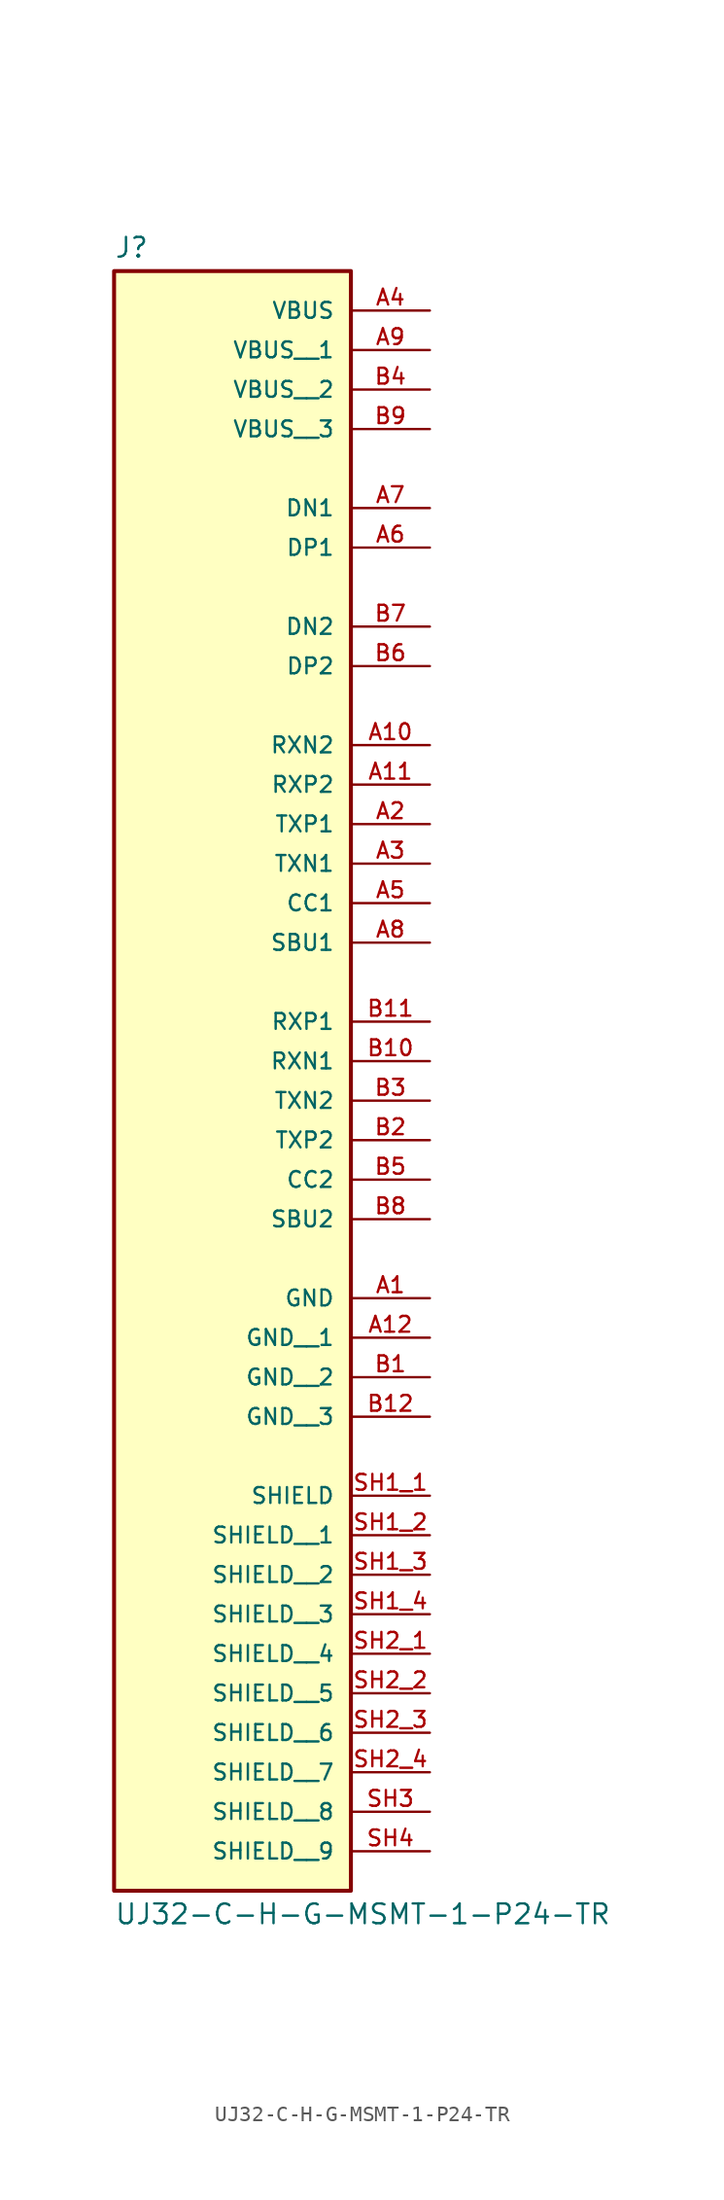
<source format=kicad_sym>
(kicad_symbol_lib
  (version 20211014)
  (generator kicad_symbol_editor)
  (symbol "UJ32-C-H-G-MSMT-1-P24-TR"
    (pin_names
      (offset 1.016))
    (property "Reference" "J"
      (at -7.62 33.782 0)
      (effects (font (size 1.27 1.27)) (justify bottom left)))
    (property "Value" "UJ32-C-H-G-MSMT-1-P24-TR"
      (at -7.62 -71.882 0)
      (effects (font (size 1.27 1.27)) (justify top left)))
    (symbol "UJ32-C-H-G-MSMT-1-P24-TR_0_0"
      (rectangle (start -7.62 -71.12) (end 7.62 33.02) (stroke (width 0.254)) (fill (type background)))
      (pin power_in line (at 12.7 30.48 180.0) (length 5.08) (name "VBUS" (effects (font (size 1.016 1.016)))) (number "A4" (effects (font (size 1.016 1.016)))))
      (pin passive line (at 12.7 -45.72 180.0) (length 5.08) (name "SHIELD" (effects (font (size 1.016 1.016)))) (number "SH1_1" (effects (font (size 1.016 1.016)))))
      (pin passive line (at 12.7 17.78 180.0) (length 5.08) (name "DN1" (effects (font (size 1.016 1.016)))) (number "A7" (effects (font (size 1.016 1.016)))))
      (pin passive line (at 12.7 15.24 180.0) (length 5.08) (name "DP1" (effects (font (size 1.016 1.016)))) (number "A6" (effects (font (size 1.016 1.016)))))
      (pin passive line (at 12.7 10.16 180.0) (length 5.08) (name "DN2" (effects (font (size 1.016 1.016)))) (number "B7" (effects (font (size 1.016 1.016)))))
      (pin passive line (at 12.7 7.62 180.0) (length 5.08) (name "DP2" (effects (font (size 1.016 1.016)))) (number "B6" (effects (font (size 1.016 1.016)))))
      (pin power_in line (at 12.7 -33.02 180.0) (length 5.08) (name "GND" (effects (font (size 1.016 1.016)))) (number "A1" (effects (font (size 1.016 1.016)))))
      (pin passive line (at 12.7 2.54 180.0) (length 5.08) (name "RXN2" (effects (font (size 1.016 1.016)))) (number "A10" (effects (font (size 1.016 1.016)))))
      (pin passive line (at 12.7 0.0 180.0) (length 5.08) (name "RXP2" (effects (font (size 1.016 1.016)))) (number "A11" (effects (font (size 1.016 1.016)))))
      (pin passive line (at 12.7 -2.54 180.0) (length 5.08) (name "TXP1" (effects (font (size 1.016 1.016)))) (number "A2" (effects (font (size 1.016 1.016)))))
      (pin passive line (at 12.7 -5.08 180.0) (length 5.08) (name "TXN1" (effects (font (size 1.016 1.016)))) (number "A3" (effects (font (size 1.016 1.016)))))
      (pin passive line (at 12.7 -7.62 180.0) (length 5.08) (name "CC1" (effects (font (size 1.016 1.016)))) (number "A5" (effects (font (size 1.016 1.016)))))
      (pin passive line (at 12.7 -10.16 180.0) (length 5.08) (name "SBU1" (effects (font (size 1.016 1.016)))) (number "A8" (effects (font (size 1.016 1.016)))))
      (pin passive line (at 12.7 -15.24 180.0) (length 5.08) (name "RXP1" (effects (font (size 1.016 1.016)))) (number "B11" (effects (font (size 1.016 1.016)))))
      (pin passive line (at 12.7 -17.78 180.0) (length 5.08) (name "RXN1" (effects (font (size 1.016 1.016)))) (number "B10" (effects (font (size 1.016 1.016)))))
      (pin passive line (at 12.7 -20.32 180.0) (length 5.08) (name "TXN2" (effects (font (size 1.016 1.016)))) (number "B3" (effects (font (size 1.016 1.016)))))
      (pin passive line (at 12.7 -22.86 180.0) (length 5.08) (name "TXP2" (effects (font (size 1.016 1.016)))) (number "B2" (effects (font (size 1.016 1.016)))))
      (pin passive line (at 12.7 -25.4 180.0) (length 5.08) (name "CC2" (effects (font (size 1.016 1.016)))) (number "B5" (effects (font (size 1.016 1.016)))))
      (pin passive line (at 12.7 -27.94 180.0) (length 5.08) (name "SBU2" (effects (font (size 1.016 1.016)))) (number "B8" (effects (font (size 1.016 1.016)))))
      (pin power_in line (at 12.7 27.94 180.0) (length 5.08) (name "VBUS__1" (effects (font (size 1.016 1.016)))) (number "A9" (effects (font (size 1.016 1.016)))))
      (pin power_in line (at 12.7 25.4 180.0) (length 5.08) (name "VBUS__2" (effects (font (size 1.016 1.016)))) (number "B4" (effects (font (size 1.016 1.016)))))
      (pin power_in line (at 12.7 22.86 180.0) (length 5.08) (name "VBUS__3" (effects (font (size 1.016 1.016)))) (number "B9" (effects (font (size 1.016 1.016)))))
      (pin power_in line (at 12.7 -35.56 180.0) (length 5.08) (name "GND__1" (effects (font (size 1.016 1.016)))) (number "A12" (effects (font (size 1.016 1.016)))))
      (pin power_in line (at 12.7 -38.1 180.0) (length 5.08) (name "GND__2" (effects (font (size 1.016 1.016)))) (number "B1" (effects (font (size 1.016 1.016)))))
      (pin power_in line (at 12.7 -40.64 180.0) (length 5.08) (name "GND__3" (effects (font (size 1.016 1.016)))) (number "B12" (effects (font (size 1.016 1.016)))))
      (pin passive line (at 12.7 -48.26 180.0) (length 5.08) (name "SHIELD__1" (effects (font (size 1.016 1.016)))) (number "SH1_2" (effects (font (size 1.016 1.016)))))
      (pin passive line (at 12.7 -50.8 180.0) (length 5.08) (name "SHIELD__2" (effects (font (size 1.016 1.016)))) (number "SH1_3" (effects (font (size 1.016 1.016)))))
      (pin passive line (at 12.7 -53.34 180.0) (length 5.08) (name "SHIELD__3" (effects (font (size 1.016 1.016)))) (number "SH1_4" (effects (font (size 1.016 1.016)))))
      (pin passive line (at 12.7 -55.88 180.0) (length 5.08) (name "SHIELD__4" (effects (font (size 1.016 1.016)))) (number "SH2_1" (effects (font (size 1.016 1.016)))))
      (pin passive line (at 12.7 -58.42 180.0) (length 5.08) (name "SHIELD__5" (effects (font (size 1.016 1.016)))) (number "SH2_2" (effects (font (size 1.016 1.016)))))
      (pin passive line (at 12.7 -60.96 180.0) (length 5.08) (name "SHIELD__6" (effects (font (size 1.016 1.016)))) (number "SH2_3" (effects (font (size 1.016 1.016)))))
      (pin passive line (at 12.7 -63.5 180.0) (length 5.08) (name "SHIELD__7" (effects (font (size 1.016 1.016)))) (number "SH2_4" (effects (font (size 1.016 1.016)))))
      (pin passive line (at 12.7 -66.04 180.0) (length 5.08) (name "SHIELD__8" (effects (font (size 1.016 1.016)))) (number "SH3" (effects (font (size 1.016 1.016)))))
      (pin passive line (at 12.7 -68.58 180.0) (length 5.08) (name "SHIELD__9" (effects (font (size 1.016 1.016)))) (number "SH4" (effects (font (size 1.016 1.016))))))))
</source>
